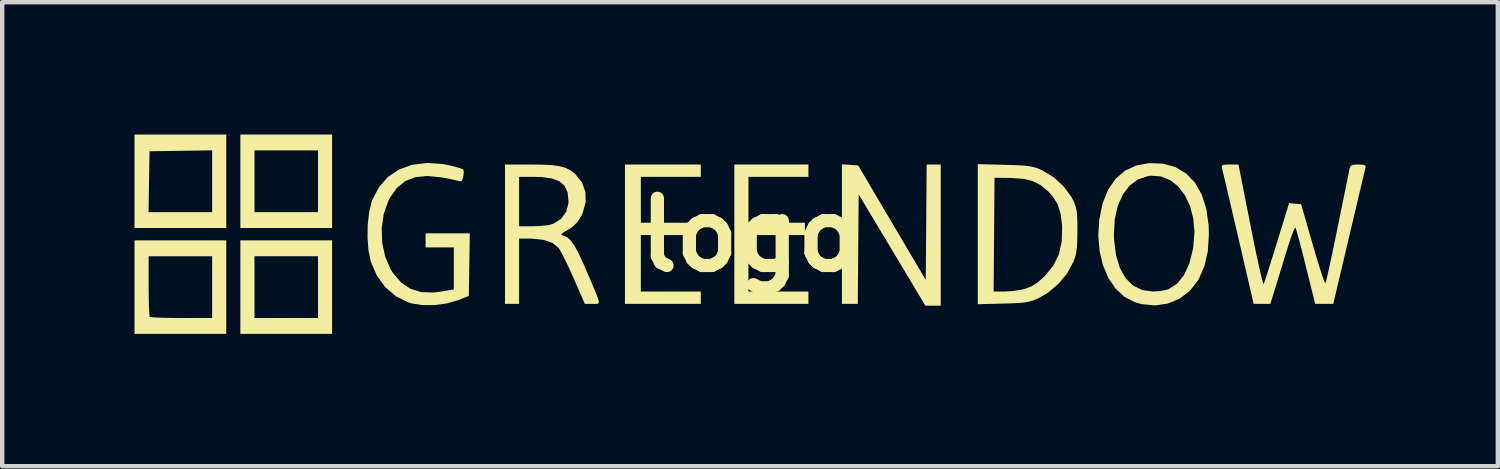
<source format=kicad_pcb>
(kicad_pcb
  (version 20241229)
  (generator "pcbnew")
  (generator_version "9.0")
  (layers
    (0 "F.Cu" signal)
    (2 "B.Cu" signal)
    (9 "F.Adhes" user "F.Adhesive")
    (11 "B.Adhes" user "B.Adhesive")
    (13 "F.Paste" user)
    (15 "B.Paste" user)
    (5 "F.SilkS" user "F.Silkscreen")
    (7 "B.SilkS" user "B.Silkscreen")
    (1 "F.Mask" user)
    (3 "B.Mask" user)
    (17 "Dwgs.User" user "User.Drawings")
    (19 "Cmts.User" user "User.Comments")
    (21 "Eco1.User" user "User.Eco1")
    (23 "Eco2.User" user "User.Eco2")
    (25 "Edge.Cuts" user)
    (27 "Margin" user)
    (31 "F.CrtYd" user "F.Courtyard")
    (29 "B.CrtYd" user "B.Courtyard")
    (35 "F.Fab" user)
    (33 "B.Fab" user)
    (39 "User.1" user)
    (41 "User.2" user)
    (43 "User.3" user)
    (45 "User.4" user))
  (footprint "logo"
    (layer "F.Cu")
    (at 13.96 2.28)
    (property "Reference" "logo" (at 0 0 0) (layer "F.SilkS") (effects (font (size 1.524 1.524) (thickness 0.3))))
    (attr board_only exclude_from_pos_files exclude_from_bom)
    (fp_poly (pts (xy -11.88 -0.16) (xy -13.96 -0.16) (xy -13.96 -0.52) (xy -13.642 -0.52) (xy -12.2 -0.52) (xy -12.2 -1.922) (xy -13.62 -1.9) (xy -13.642 -0.52) (xy -13.96 -0.52) (xy -13.96 -2.28) (xy -11.88 -2.28)) (stroke (width 0) (type solid)) (fill yes) (layer "F.SilkS"))
    (fp_poly (pts (xy -9.48 -0.16) (xy -11.56 -0.16) (xy -11.56 -0.52) (xy -11.24 -0.52) (xy -9.8 -0.52) (xy -9.8 -1.92) (xy -11.24 -1.92) (xy -11.24 -0.52) (xy -11.56 -0.52) (xy -11.56 -2.28) (xy -9.48 -2.28)) (stroke (width 0) (type solid)) (fill yes) (layer "F.SilkS"))
    (fp_poly (pts (xy -9.48 2.24) (xy -11.56 2.24) (xy -11.56 1.88) (xy -11.24 1.88) (xy -9.8 1.88) (xy -9.8 0.48) (xy -11.24 0.48) (xy -11.24 1.88) (xy -11.56 1.88) (xy -11.56 0.12) (xy -9.48 0.12)) (stroke (width 0) (type solid)) (fill yes) (layer "F.SilkS"))
    (fp_poly (pts (xy -1.12 -1.32) (xy -2.48 -1.32) (xy -2.48 -0.28) (xy -1.24 -0.28) (xy -1.24 0) (xy -2.48 0) (xy -2.48 1.28) (xy -1.12 1.28) (xy -1.12 1.56) (xy -2.84 1.56) (xy -2.84 -1.6) (xy -1.12 -1.6)) (stroke (width 0) (type solid)) (fill yes) (layer "F.SilkS"))
    (fp_poly (pts (xy 1.32 -1.32) (xy -0.04 -1.32) (xy -0.04 -0.28) (xy 1.24 -0.28) (xy 1.24 0) (xy -0.04 0) (xy -0.04 1.28) (xy 1.32 1.28) (xy 1.32 1.56) (xy -0.36 1.56) (xy -0.36 -1.6) (xy 1.32 -1.6)) (stroke (width 0) (type solid)) (fill yes) (layer "F.SilkS"))
    (fp_poly (pts (xy 2.264 -1.592) (xy 2.447 -1.58) (xy 3.214 -0.281) (xy 3.98 1.017) (xy 3.991 -0.291) (xy 4.001 -1.6) (xy 4.32 -1.6) (xy 4.32 1.6) (xy 3.971 1.6) (xy 3.216 0.339) (xy 2.46 -0.921) (xy 2.449 0.319) (xy 2.439 1.56) (xy 2.08 1.56) (xy 2.08 -1.604)) (stroke (width 0) (type solid)) (fill yes) (layer "F.SilkS"))
    (fp_poly (pts (xy -11.88 2.24) (xy -13.96 2.24) (xy -13.96 1.153) (xy -13.64 1.153) (xy -13.638 1.378) (xy -13.634 1.574) (xy -13.628 1.727) (xy -13.62 1.825) (xy -13.613 1.853) (xy -13.566 1.862) (xy -13.453 1.87) (xy -13.287 1.875) (xy -13.081 1.879) (xy -12.893 1.88) (xy -12.2 1.88) (xy -12.2 0.48) (xy -13.64 0.48) (xy -13.64 1.153) (xy -13.96 1.153) (xy -13.96 0.12) (xy -11.88 0.12)) (stroke (width 0) (type solid)) (fill yes) (layer "F.SilkS"))
    (fp_poly (pts (xy -6.975 -1.611) (xy -6.825 -1.582) (xy -6.679 -1.546) (xy -6.565 -1.512) (xy -6.505 -1.485) (xy -6.501 -1.482) (xy -6.494 -1.422) (xy -6.505 -1.325) (xy -6.506 -1.322) (xy -6.534 -1.236) (xy -6.577 -1.216) (xy -6.595 -1.222) (xy -6.663 -1.24) (xy -6.787 -1.267) (xy -6.943 -1.298) (xy -7 -1.308) (xy -7.323 -1.34) (xy -7.596 -1.312) (xy -7.825 -1.222) (xy -8.015 -1.066) (xy -8.17 -0.843) (xy -8.201 -0.785) (xy -8.308 -0.486) (xy -8.355 -0.16) (xy -8.344 0.172) (xy -8.276 0.492) (xy -8.151 0.778) (xy -8.1 0.86) (xy -7.915 1.075) (xy -7.704 1.218) (xy -7.458 1.293) (xy -7.173 1.302) (xy -7.008 1.281) (xy -6.72 1.233) (xy -6.72 0.28) (xy -7.36 0.28) (xy -7.36 -0.04) (xy -6.358 -0.04) (xy -6.369 0.67) (xy -6.38 1.38) (xy -6.62 1.475) (xy -6.874 1.549) (xy -7.155 1.587) (xy -7.433 1.587) (xy -7.681 1.549) (xy -7.752 1.527) (xy -8.037 1.384) (xy -8.278 1.177) (xy -8.468 0.914) (xy -8.602 0.602) (xy -8.604 0.596) (xy -8.655 0.35) (xy -8.677 0.063) (xy -8.672 -0.236) (xy -8.64 -0.521) (xy -8.581 -0.764) (xy -8.565 -0.806) (xy -8.415 -1.091) (xy -8.212 -1.319) (xy -7.961 -1.487) (xy -7.668 -1.593) (xy -7.337 -1.635)) (stroke (width 0) (type solid)) (fill yes) (layer "F.SilkS"))
    (fp_poly (pts (xy 5.77 -1.593) (xy 6.009 -1.586) (xy 6.185 -1.577) (xy 6.316 -1.564) (xy 6.419 -1.544) (xy 6.511 -1.514) (xy 6.61 -1.472) (xy 6.629 -1.463) (xy 6.881 -1.311) (xy 7.106 -1.104) (xy 7.283 -0.865) (xy 7.333 -0.769) (xy 7.371 -0.674) (xy 7.397 -0.575) (xy 7.412 -0.453) (xy 7.418 -0.288) (xy 7.419 -0.1) (xy 7.416 0.122) (xy 7.407 0.285) (xy 7.389 0.412) (xy 7.358 0.525) (xy 7.326 0.611) (xy 7.188 0.865) (xy 6.991 1.103) (xy 6.758 1.303) (xy 6.551 1.423) (xy 6.445 1.47) (xy 6.349 1.502) (xy 6.246 1.524) (xy 6.117 1.538) (xy 5.944 1.547) (xy 5.73 1.553) (xy 5.16 1.568) (xy 5.16 1.28) (xy 5.519 1.28) (xy 5.772 1.28) (xy 5.952 1.269) (xy 6.14 1.24) (xy 6.239 1.216) (xy 6.383 1.16) (xy 6.517 1.074) (xy 6.665 0.941) (xy 6.684 0.923) (xy 6.873 0.692) (xy 6.999 0.437) (xy 7.064 0.146) (xy 7.073 -0.193) (xy 7.072 -0.213) (xy 7.039 -0.483) (xy 6.97 -0.7) (xy 6.854 -0.884) (xy 6.755 -0.992) (xy 6.587 -1.131) (xy 6.407 -1.223) (xy 6.193 -1.275) (xy 5.925 -1.294) (xy 5.908 -1.295) (xy 5.54 -1.3) (xy 5.529 -0.01) (xy 5.519 1.28) (xy 5.16 1.28) (xy 5.16 -1.609)) (stroke (width 0) (type solid)) (fill yes) (layer "F.SilkS"))
    (fp_poly (pts (xy 9.36 -1.62) (xy 9.643 -1.54) (xy 9.885 -1.395) (xy 10.084 -1.188) (xy 10.237 -0.921) (xy 10.341 -0.598) (xy 10.394 -0.221) (xy 10.4 -0.02) (xy 10.376 0.365) (xy 10.301 0.698) (xy 10.173 0.992) (xy 10.148 1.034) (xy 9.963 1.269) (xy 9.733 1.444) (xy 9.467 1.554) (xy 9.178 1.595) (xy 8.874 1.565) (xy 8.72 1.522) (xy 8.485 1.4) (xy 8.284 1.213) (xy 8.12 0.971) (xy 7.997 0.681) (xy 7.92 0.354) (xy 7.892 -0.002) (xy 7.893 -0.009) (xy 8.246 -0.009) (xy 8.25 0.1) (xy 8.294 0.455) (xy 8.383 0.75) (xy 8.514 0.982) (xy 8.687 1.149) (xy 8.899 1.249) (xy 9.131 1.28) (xy 9.285 1.27) (xy 9.428 1.245) (xy 9.491 1.225) (xy 9.682 1.1) (xy 9.837 0.905) (xy 9.957 0.643) (xy 10.039 0.315) (xy 10.047 0.265) (xy 10.072 -0.067) (xy 10.046 -0.377) (xy 9.972 -0.658) (xy 9.857 -0.902) (xy 9.706 -1.1) (xy 9.522 -1.246) (xy 9.312 -1.33) (xy 9.081 -1.346) (xy 9.025 -1.339) (xy 8.797 -1.264) (xy 8.603 -1.123) (xy 8.448 -0.92) (xy 8.334 -0.662) (xy 8.266 -0.357) (xy 8.246 -0.009) (xy 7.893 -0.009) (xy 7.914 -0.346) (xy 7.99 -0.718) (xy 8.115 -1.029) (xy 8.285 -1.277) (xy 8.501 -1.462) (xy 8.761 -1.58) (xy 9.039 -1.631)) (stroke (width 0) (type solid)) (fill yes) (layer "F.SilkS"))
    (fp_poly (pts (xy -4.99 -1.6) (xy -4.705 -1.596) (xy -4.485 -1.585) (xy -4.317 -1.561) (xy -4.186 -1.523) (xy -4.077 -1.468) (xy -3.978 -1.391) (xy -3.964 -1.379) (xy -3.815 -1.194) (xy -3.737 -0.98) (xy -3.731 -0.746) (xy -3.799 -0.501) (xy -3.824 -0.446) (xy -3.918 -0.292) (xy -4.035 -0.182) (xy -4.127 -0.123) (xy -4.236 -0.059) (xy -4.283 -0.022) (xy -4.276 -0.001) (xy -4.225 0.015) (xy -4.146 0.051) (xy -4.067 0.125) (xy -3.984 0.244) (xy -3.89 0.418) (xy -3.779 0.654) (xy -3.704 0.829) (xy -3.596 1.08) (xy -3.517 1.267) (xy -3.465 1.398) (xy -3.437 1.484) (xy -3.433 1.533) (xy -3.45 1.556) (xy -3.487 1.562) (xy -3.542 1.561) (xy -3.576 1.56) (xy -3.75 1.56) (xy -3.998 0.99) (xy -4.092 0.782) (xy -4.182 0.59) (xy -4.262 0.432) (xy -4.323 0.324) (xy -4.342 0.295) (xy -4.475 0.183) (xy -4.675 0.111) (xy -4.942 0.081) (xy -5.018 0.08) (xy -5.24 0.08) (xy -5.24 1.56) (xy -5.56 1.56) (xy -5.56 -0.2) (xy -5.24 -0.2) (xy -4.919 -0.2) (xy -4.741 -0.207) (xy -4.581 -0.226) (xy -4.471 -0.253) (xy -4.467 -0.255) (xy -4.288 -0.368) (xy -4.171 -0.529) (xy -4.121 -0.726) (xy -4.12 -0.765) (xy -4.14 -0.963) (xy -4.206 -1.113) (xy -4.323 -1.218) (xy -4.498 -1.284) (xy -4.738 -1.316) (xy -4.901 -1.32) (xy -5.24 -1.32) (xy -5.24 -0.2) (xy -5.56 -0.2) (xy -5.56 -1.6)) (stroke (width 0) (type solid)) (fill yes) (layer "F.SilkS"))
    (fp_poly (pts (xy 11.343 -0.219) (xy 11.407 0.099) (xy 11.466 0.389) (xy 11.521 0.641) (xy 11.567 0.848) (xy 11.604 1) (xy 11.63 1.091) (xy 11.642 1.111) (xy 11.661 1.06) (xy 11.7 0.943) (xy 11.754 0.773) (xy 11.822 0.56) (xy 11.898 0.317) (xy 11.944 0.168) (xy 12.219 -0.724) (xy 12.355 -0.712) (xy 12.491 -0.7) (xy 12.753 0.211) (xy 12.827 0.464) (xy 12.895 0.688) (xy 12.954 0.872) (xy 13.001 1.006) (xy 13.031 1.08) (xy 13.041 1.091) (xy 13.052 1.06) (xy 13.073 0.981) (xy 13.103 0.85) (xy 13.144 0.664) (xy 13.196 0.419) (xy 13.26 0.112) (xy 13.337 -0.261) (xy 13.427 -0.704) (xy 13.532 -1.22) (xy 13.591 -1.51) (xy 13.614 -1.567) (xy 13.668 -1.593) (xy 13.776 -1.6) (xy 13.789 -1.6) (xy 13.9 -1.595) (xy 13.949 -1.576) (xy 13.952 -1.535) (xy 13.951 -1.53) (xy 13.938 -1.477) (xy 13.909 -1.354) (xy 13.866 -1.172) (xy 13.81 -0.938) (xy 13.745 -0.662) (xy 13.672 -0.352) (xy 13.593 -0.019) (xy 13.577 0.05) (xy 13.22 1.559) (xy 13.015 1.56) (xy 12.81 1.56) (xy 12.599 0.71) (xy 12.537 0.46) (xy 12.479 0.236) (xy 12.429 0.051) (xy 12.391 -0.085) (xy 12.367 -0.16) (xy 12.362 -0.17) (xy 12.341 -0.146) (xy 12.303 -0.058) (xy 12.253 0.08) (xy 12.195 0.255) (xy 12.185 0.29) (xy 12.112 0.525) (xy 12.034 0.779) (xy 11.961 1.018) (xy 11.914 1.17) (xy 11.794 1.56) (xy 11.415 1.56) (xy 11.065 0.05) (xy 10.986 -0.288) (xy 10.913 -0.603) (xy 10.846 -0.886) (xy 10.79 -1.129) (xy 10.744 -1.323) (xy 10.712 -1.458) (xy 10.696 -1.525) (xy 10.694 -1.53) (xy 10.694 -1.572) (xy 10.734 -1.593) (xy 10.831 -1.6) (xy 10.873 -1.6) (xy 11.071 -1.6)) (stroke (width 0) (type solid)) (fill yes) (layer "F.SilkS")))
  (gr_rect
    (start -3 -3)
    (end 30.912 7.52)
    (stroke (width 0.1) (type default))
    (fill no)
    (layer "Edge.Cuts")))
</source>
